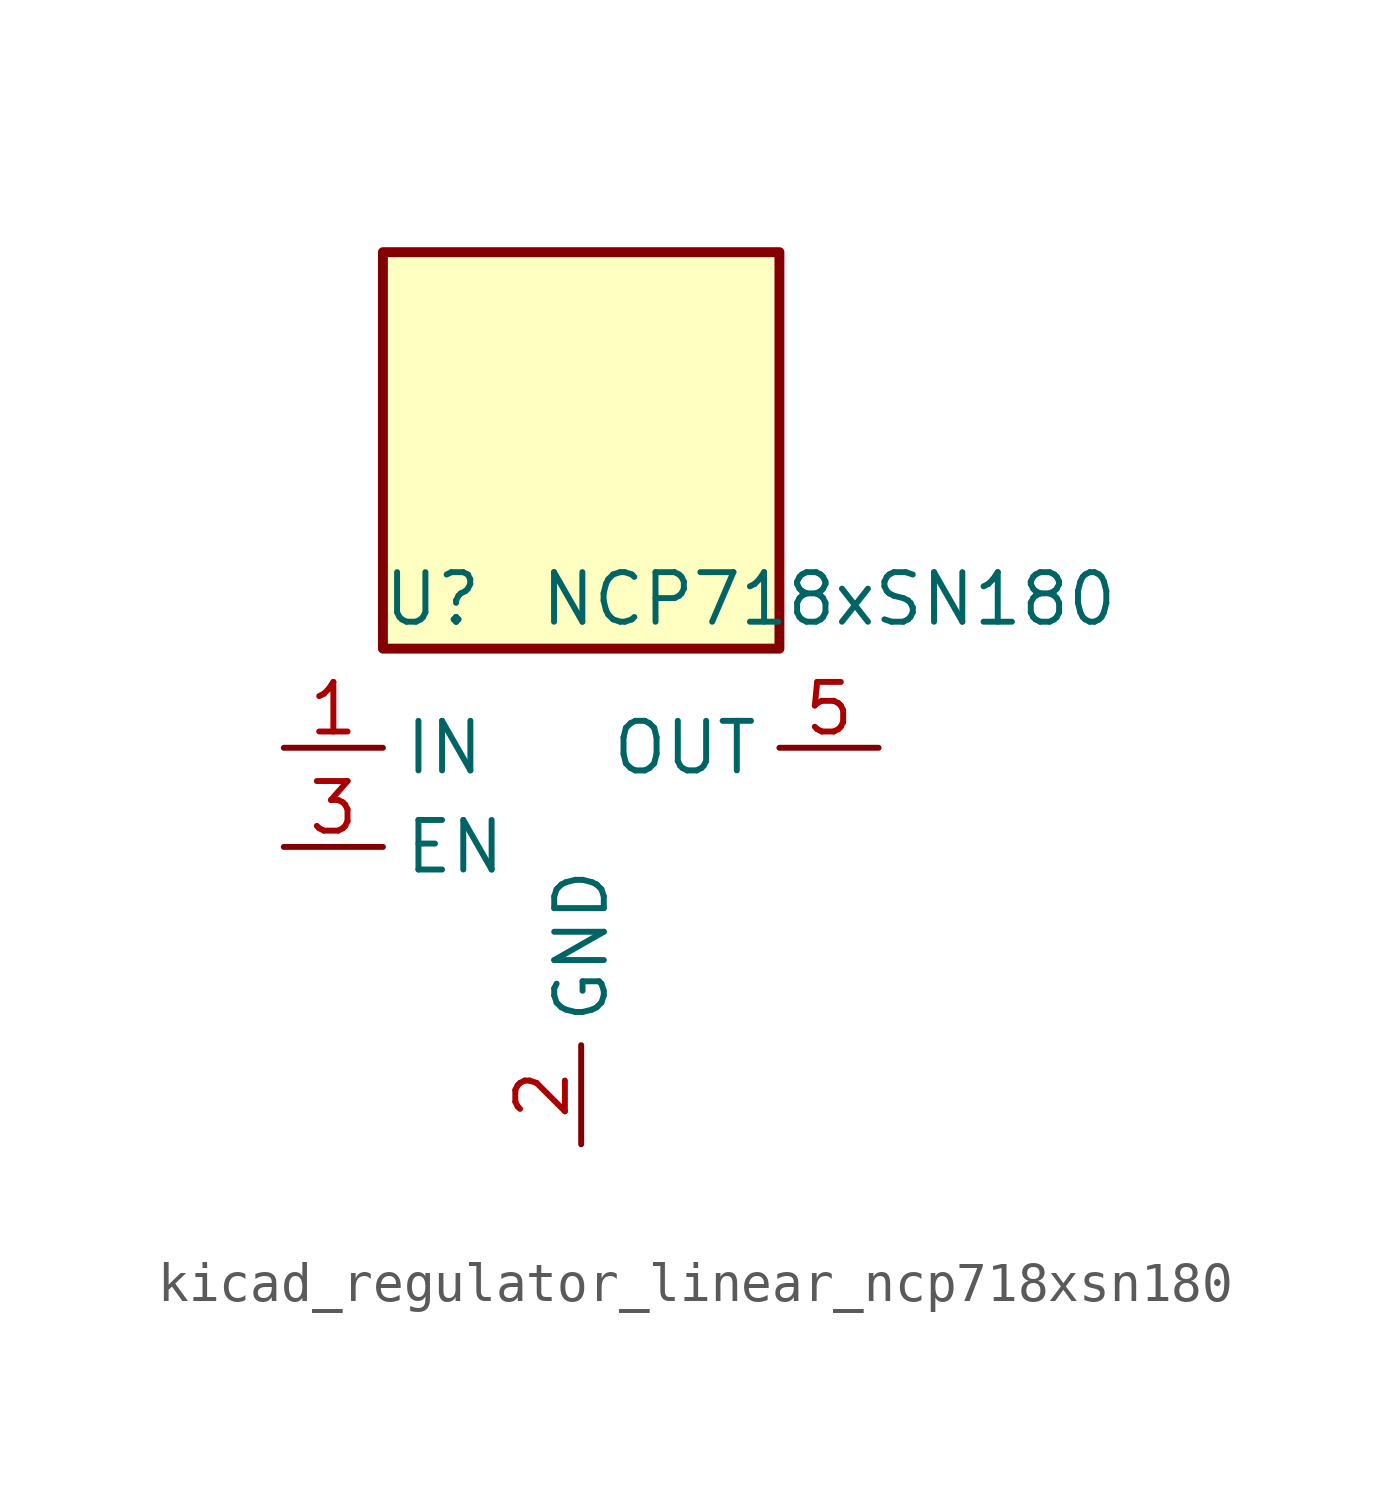
<source format=kicad_sym>
(kicad_symbol_lib
  (version 20220914)
  (generator kicad_symbol_editor)
  (symbol "kicad_regulator_linear_ncp718xsn180"
    (property "Reference" "U"
      (at -3.81 6.35 0)
      (effects (font (size 1.27 1.27))))
    (property "Value" "NCP718xSN180"
      (at 6.35 6.35 0)
      (effects (font (size 1.27 1.27))))
    (symbol "kicad_regulator_linear_ncp718xsn180_0_1"
      (rectangle (start 5.08 15.24) (end -5.08 5.08) (stroke (width 0.254) (type default)) (fill (type background)))
      (pin power_in line (at -7.62 2.54 0) (length 2.54) (name "IN" (effects (font (size 1.27 1.27)))) (number "1" (effects (font (size 1.27 1.27)))))
      (pin power_in line (at 0 -7.62 90) (length 2.54) (name "GND" (effects (font (size 1.27 1.27)))) (number "2" (effects (font (size 1.27 1.27)))))
      (pin input line (at -7.62 0 0) (length 2.54) (name "EN" (effects (font (size 1.27 1.27)))) (number "3" (effects (font (size 1.27 1.27)))))
      (pin no_connect line (at 5.08 0 180) (length 2.54) hide (name "NC" (effects (font (size 1.27 1.27)))) (number "4" (effects (font (size 1.27 1.27)))))
      (pin power_out line (at 7.62 2.54 180) (length 2.54) (name "OUT" (effects (font (size 1.27 1.27)))) (number "5" (effects (font (size 1.27 1.27))))))))
</source>
